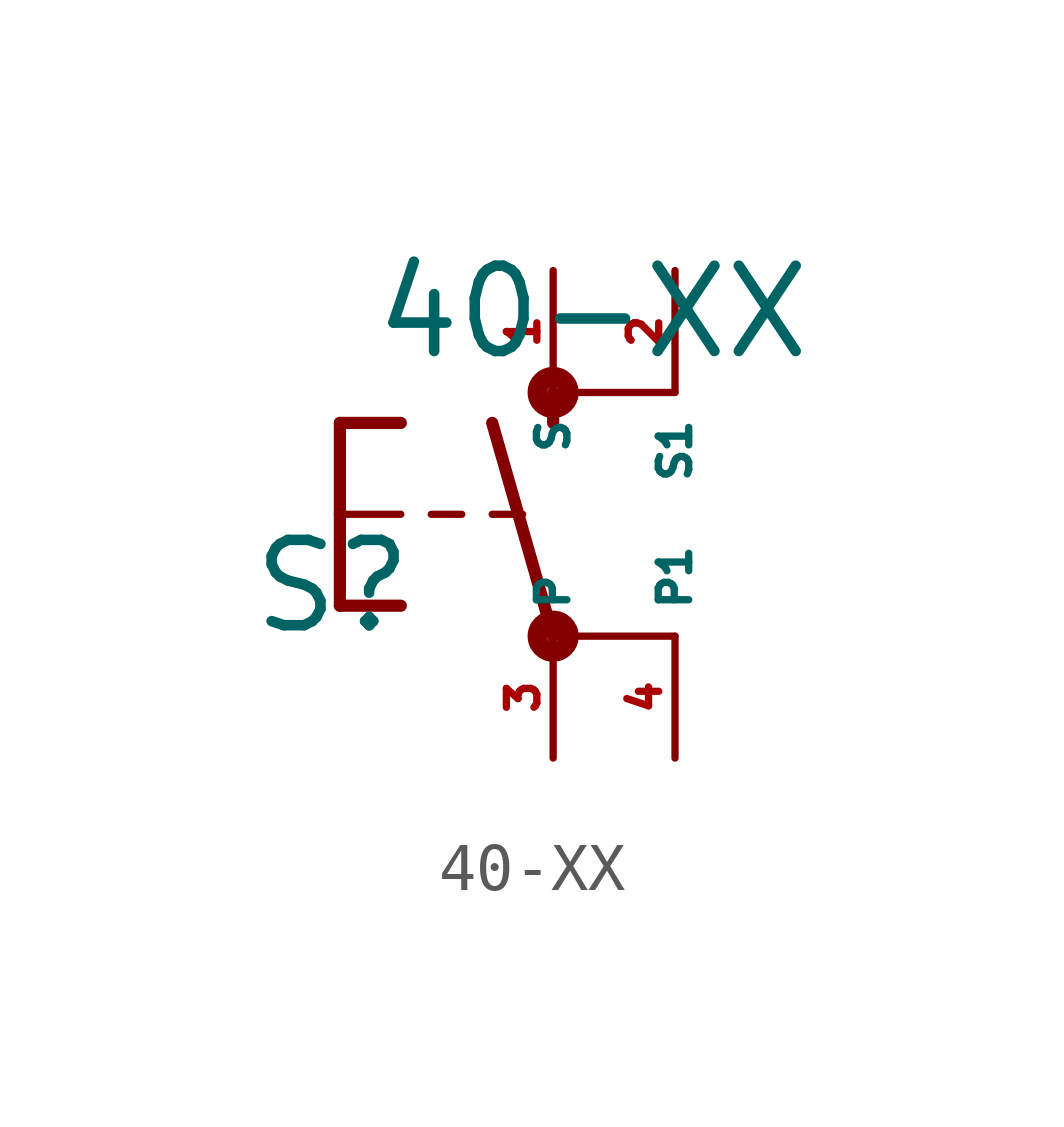
<source format=kicad_sym>
(kicad_symbol_lib
  (version 20220914)
  (generator Eagle2Kicad)
  (symbol "40-XX"
    (property "Reference" "S"
      (at -6.35 -2.54 0)
      (effects (font (size 1.778 1.778) (thickness 0.22)) (justify left bottom)))
    (property "Value" "40-XX"
      (at -3.81 3.175 0)
      (effects (font (size 1.778 1.778) (thickness 0.22)) (justify left bottom)))
    (polyline
      (pts (xy 0 1.905) (xy 0 2.54))
      (stroke (width 0.254) (type default))
      (fill (type none)))
    (polyline
      (pts (xy -4.445 1.905) (xy -3.175 1.905))
      (stroke (width 0.254) (type default))
      (fill (type none)))
    (polyline
      (pts (xy -4.445 -1.905) (xy -3.175 -1.905))
      (stroke (width 0.254) (type default))
      (fill (type none)))
    (polyline
      (pts (xy -4.445 1.905) (xy -4.445 0))
      (stroke (width 0.254) (type default))
      (fill (type none)))
    (polyline
      (pts (xy -4.445 0) (xy -4.445 -1.905))
      (stroke (width 0.254) (type default))
      (fill (type none)))
    (polyline
      (pts (xy -2.54 0) (xy -1.905 0))
      (stroke (width 0.152) (type default))
      (fill (type none)))
    (polyline
      (pts (xy -1.27 0) (xy -0.635 0))
      (stroke (width 0.152) (type default))
      (fill (type none)))
    (polyline
      (pts (xy -4.445 0) (xy -3.175 0))
      (stroke (width 0.152) (type default))
      (fill (type none)))
    (polyline
      (pts (xy 2.54 2.54) (xy 0 2.54))
      (stroke (width 0.152) (type default))
      (fill (type none)))
    (polyline
      (pts (xy 2.54 -2.54) (xy 0 -2.54))
      (stroke (width 0.152) (type default))
      (fill (type none)))
    (polyline
      (pts (xy 0 -2.54) (xy -1.27 1.905))
      (stroke (width 0.254) (type default))
      (fill (type none)))
    (circle
      (center 0 -2.54)
      (radius 0.127)
      (stroke (width 0.406) (type default))
      (fill (type none)))
    (circle
      (center 0 2.54)
      (radius 0.127)
      (stroke (width 0.406) (type default))
      (fill (type none)))
    (pin passive line
      (at 0 -5.08 90)
      (length 2.54)
      (name "P" (effects (font (size 0.635 0.635) (thickness 0.08)) (justify left bottom)))
      (number "3" (effects (font (size 0.635 0.635) (thickness 0.08)) (justify left bottom))))
    (pin passive line
      (at 0 5.08 270)
      (length 2.54)
      (name "S" (effects (font (size 0.635 0.635) (thickness 0.08)) (justify left bottom)))
      (number "1" (effects (font (size 0.635 0.635) (thickness 0.08)) (justify left bottom))))
    (pin passive line
      (at 2.54 5.08 270)
      (length 2.54)
      (name "S1" (effects (font (size 0.635 0.635) (thickness 0.08)) (justify left bottom)))
      (number "2" (effects (font (size 0.635 0.635) (thickness 0.08)) (justify left bottom))))
    (pin passive line
      (at 2.54 -5.08 90)
      (length 2.54)
      (name "P1" (effects (font (size 0.635 0.635) (thickness 0.08)) (justify left bottom)))
      (number "4" (effects (font (size 0.635 0.635) (thickness 0.08)) (justify left bottom))))))
</source>
